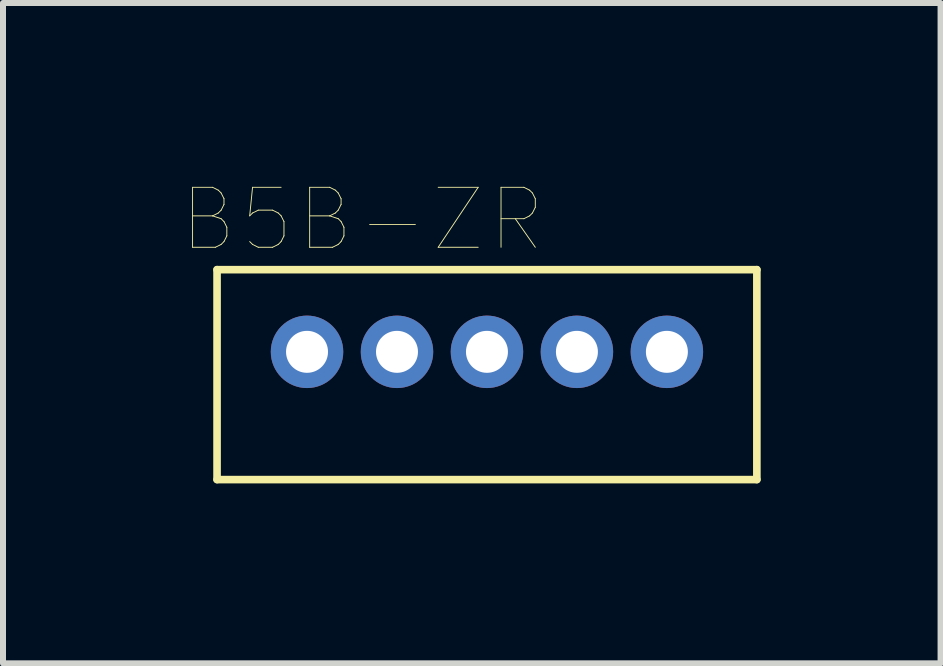
<source format=kicad_pcb>
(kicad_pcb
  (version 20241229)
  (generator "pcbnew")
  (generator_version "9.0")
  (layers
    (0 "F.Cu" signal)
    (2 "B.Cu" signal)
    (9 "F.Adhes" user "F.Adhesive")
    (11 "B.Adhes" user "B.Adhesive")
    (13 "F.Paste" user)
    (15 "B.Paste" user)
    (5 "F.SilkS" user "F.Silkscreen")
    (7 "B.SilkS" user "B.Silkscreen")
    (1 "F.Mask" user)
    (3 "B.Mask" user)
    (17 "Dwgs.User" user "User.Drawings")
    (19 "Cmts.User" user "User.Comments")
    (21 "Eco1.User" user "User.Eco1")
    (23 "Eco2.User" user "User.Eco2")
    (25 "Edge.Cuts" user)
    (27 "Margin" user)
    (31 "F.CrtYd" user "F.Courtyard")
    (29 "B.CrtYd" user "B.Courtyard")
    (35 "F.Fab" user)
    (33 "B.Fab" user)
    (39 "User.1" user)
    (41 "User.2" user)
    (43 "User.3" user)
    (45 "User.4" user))
  (footprint "B5B-ZR"
    (layer "F.Cu")
    (at 0.569 1.516)
    (property "Reference" "B5B-ZR" (at 2.425 -0.905 0) (layer "F.SilkS") (effects (font (size 1 1) (thickness 0.015))))
    (attr through_hole)
    (fp_line (start 0 -0.07) (end 9 -0.07) (stroke (width 0.127) (type solid)) (layer "F.SilkS"))
    (fp_line (start 0 3.43) (end 0 -0.07) (stroke (width 0.127) (type solid)) (layer "F.SilkS"))
    (fp_line (start 9 -0.07) (end 9 3.43) (stroke (width 0.127) (type solid)) (layer "F.SilkS"))
    (fp_line (start 9 3.43) (end 0 3.43) (stroke (width 0.127) (type solid)) (layer "F.SilkS"))
    (pad "1" thru_hole circle (at 7.5 1.3) (size 1.208 1.208) (drill 0.7) (layers "*.Cu" "*.Mask"))
    (pad "2" thru_hole circle (at 6 1.3) (size 1.208 1.208) (drill 0.7) (layers "*.Cu" "*.Mask"))
    (pad "3" thru_hole circle (at 4.5 1.3) (size 1.208 1.208) (drill 0.7) (layers "*.Cu" "*.Mask"))
    (pad "4" thru_hole circle (at 3 1.3) (size 1.208 1.208) (drill 0.7) (layers "*.Cu" "*.Mask"))
    (pad "5" thru_hole circle (at 1.5 1.3) (size 1.208 1.208) (drill 0.7) (layers "*.Cu" "*.Mask")))
  (gr_rect
    (start -3 -3)
    (end 12.632 8.01)
    (stroke (width 0.1) (type default))
    (fill no)
    (layer "Edge.Cuts")))
</source>
